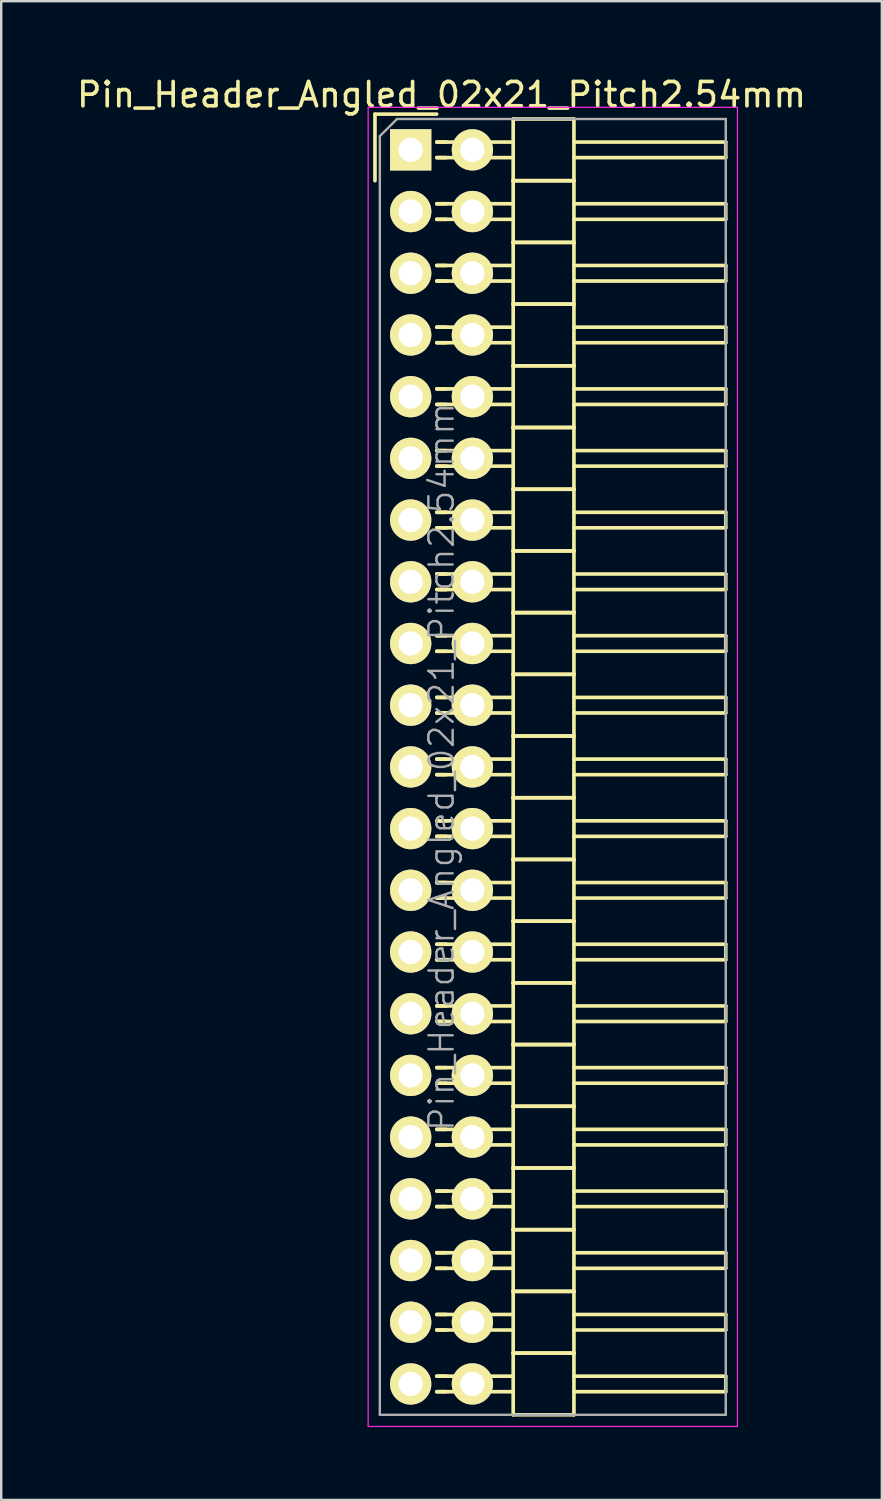
<source format=kicad_pcb>
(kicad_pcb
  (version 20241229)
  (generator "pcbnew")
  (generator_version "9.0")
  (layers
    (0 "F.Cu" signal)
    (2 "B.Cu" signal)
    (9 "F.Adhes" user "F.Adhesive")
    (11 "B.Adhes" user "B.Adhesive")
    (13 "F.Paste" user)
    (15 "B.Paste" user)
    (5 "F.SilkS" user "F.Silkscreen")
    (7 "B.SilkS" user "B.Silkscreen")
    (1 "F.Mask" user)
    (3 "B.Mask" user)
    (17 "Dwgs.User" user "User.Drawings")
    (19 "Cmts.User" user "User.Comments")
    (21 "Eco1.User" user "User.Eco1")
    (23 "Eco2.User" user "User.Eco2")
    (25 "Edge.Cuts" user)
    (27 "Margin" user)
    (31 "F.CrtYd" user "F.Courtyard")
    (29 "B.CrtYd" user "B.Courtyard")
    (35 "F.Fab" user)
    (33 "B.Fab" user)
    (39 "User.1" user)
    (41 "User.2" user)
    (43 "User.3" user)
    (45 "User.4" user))
  (footprint "Pin_Header_Angled_02x21_Pitch2.54mm"
    (layer "F.Cu")
    (at 13.855 3.118)
    (property "Reference" "Pin_Header_Angled_02x21_Pitch2.54mm" (at 1.27 -2.27 0) (layer "F.SilkS") (effects (font (size 1 1) (thickness 0.15))))
    (attr smd)
    (fp_line (start -1.47 -1.47) (end -1.47 1.27) (stroke (width 0.15) (type solid)) (layer "F.SilkS"))
    (fp_line (start -1.47 -1.47) (end 1.07 -1.47) (stroke (width 0.15) (type solid)) (layer "F.SilkS"))
    (fp_line (start 1.465 -0.32) (end 1.075 -0.32) (stroke (width 0.15) (type solid)) (layer "F.SilkS"))
    (fp_line (start 1.465 0.32) (end 1.075 0.32) (stroke (width 0.15) (type solid)) (layer "F.SilkS"))
    (fp_line (start 1.465 2.22) (end 1.075 2.22) (stroke (width 0.15) (type solid)) (layer "F.SilkS"))
    (fp_line (start 1.465 2.86) (end 1.075 2.86) (stroke (width 0.15) (type solid)) (layer "F.SilkS"))
    (fp_line (start 1.465 4.76) (end 1.075 4.76) (stroke (width 0.15) (type solid)) (layer "F.SilkS"))
    (fp_line (start 1.465 5.4) (end 1.075 5.4) (stroke (width 0.15) (type solid)) (layer "F.SilkS"))
    (fp_line (start 1.465 7.3) (end 1.075 7.3) (stroke (width 0.15) (type solid)) (layer "F.SilkS"))
    (fp_line (start 1.465 7.94) (end 1.075 7.94) (stroke (width 0.15) (type solid)) (layer "F.SilkS"))
    (fp_line (start 1.465 9.84) (end 1.075 9.84) (stroke (width 0.15) (type solid)) (layer "F.SilkS"))
    (fp_line (start 1.465 10.48) (end 1.075 10.48) (stroke (width 0.15) (type solid)) (layer "F.SilkS"))
    (fp_line (start 1.465 12.38) (end 1.075 12.38) (stroke (width 0.15) (type solid)) (layer "F.SilkS"))
    (fp_line (start 1.465 13.02) (end 1.075 13.02) (stroke (width 0.15) (type solid)) (layer "F.SilkS"))
    (fp_line (start 1.465 14.92) (end 1.075 14.92) (stroke (width 0.15) (type solid)) (layer "F.SilkS"))
    (fp_line (start 1.465 15.56) (end 1.075 15.56) (stroke (width 0.15) (type solid)) (layer "F.SilkS"))
    (fp_line (start 1.465 17.46) (end 1.075 17.46) (stroke (width 0.15) (type solid)) (layer "F.SilkS"))
    (fp_line (start 1.465 18.1) (end 1.075 18.1) (stroke (width 0.15) (type solid)) (layer "F.SilkS"))
    (fp_line (start 1.465 20) (end 1.075 20) (stroke (width 0.15) (type solid)) (layer "F.SilkS"))
    (fp_line (start 1.465 20.64) (end 1.075 20.64) (stroke (width 0.15) (type solid)) (layer "F.SilkS"))
    (fp_line (start 1.465 22.54) (end 1.075 22.54) (stroke (width 0.15) (type solid)) (layer "F.SilkS"))
    (fp_line (start 1.465 23.18) (end 1.075 23.18) (stroke (width 0.15) (type solid)) (layer "F.SilkS"))
    (fp_line (start 1.465 25.08) (end 1.075 25.08) (stroke (width 0.15) (type solid)) (layer "F.SilkS"))
    (fp_line (start 1.465 25.72) (end 1.075 25.72) (stroke (width 0.15) (type solid)) (layer "F.SilkS"))
    (fp_line (start 1.465 27.62) (end 1.075 27.62) (stroke (width 0.15) (type solid)) (layer "F.SilkS"))
    (fp_line (start 1.465 28.26) (end 1.075 28.26) (stroke (width 0.15) (type solid)) (layer "F.SilkS"))
    (fp_line (start 1.465 30.16) (end 1.075 30.16) (stroke (width 0.15) (type solid)) (layer "F.SilkS"))
    (fp_line (start 1.465 30.8) (end 1.075 30.8) (stroke (width 0.15) (type solid)) (layer "F.SilkS"))
    (fp_line (start 1.465 32.7) (end 1.075 32.7) (stroke (width 0.15) (type solid)) (layer "F.SilkS"))
    (fp_line (start 1.465 33.34) (end 1.075 33.34) (stroke (width 0.15) (type solid)) (layer "F.SilkS"))
    (fp_line (start 1.465 35.24) (end 1.075 35.24) (stroke (width 0.15) (type solid)) (layer "F.SilkS"))
    (fp_line (start 1.465 35.88) (end 1.075 35.88) (stroke (width 0.15) (type solid)) (layer "F.SilkS"))
    (fp_line (start 1.465 37.78) (end 1.075 37.78) (stroke (width 0.15) (type solid)) (layer "F.SilkS"))
    (fp_line (start 1.465 38.42) (end 1.075 38.42) (stroke (width 0.15) (type solid)) (layer "F.SilkS"))
    (fp_line (start 1.465 40.32) (end 1.075 40.32) (stroke (width 0.15) (type solid)) (layer "F.SilkS"))
    (fp_line (start 1.465 40.96) (end 1.075 40.96) (stroke (width 0.15) (type solid)) (layer "F.SilkS"))
    (fp_line (start 1.465 42.86) (end 1.075 42.86) (stroke (width 0.15) (type solid)) (layer "F.SilkS"))
    (fp_line (start 1.465 43.5) (end 1.075 43.5) (stroke (width 0.15) (type solid)) (layer "F.SilkS"))
    (fp_line (start 1.465 45.4) (end 1.075 45.4) (stroke (width 0.15) (type solid)) (layer "F.SilkS"))
    (fp_line (start 1.465 46.04) (end 1.075 46.04) (stroke (width 0.15) (type solid)) (layer "F.SilkS"))
    (fp_line (start 1.465 47.94) (end 1.075 47.94) (stroke (width 0.15) (type solid)) (layer "F.SilkS"))
    (fp_line (start 1.465 48.58) (end 1.075 48.58) (stroke (width 0.15) (type solid)) (layer "F.SilkS"))
    (fp_line (start 1.465 50.48) (end 1.075 50.48) (stroke (width 0.15) (type solid)) (layer "F.SilkS"))
    (fp_line (start 1.465 51.12) (end 1.075 51.12) (stroke (width 0.15) (type solid)) (layer "F.SilkS"))
    (fp_line (start 4.22 -0.32) (end 1.075 -0.32) (stroke (width 0.15) (type solid)) (layer "F.SilkS"))
    (fp_line (start 4.22 0.32) (end 1.075 0.32) (stroke (width 0.15) (type solid)) (layer "F.SilkS"))
    (fp_line (start 4.22 1.27) (end 4.22 -1.27) (stroke (width 0.15) (type solid)) (layer "F.SilkS"))
    (fp_line (start 4.22 2.22) (end 1.075 2.22) (stroke (width 0.15) (type solid)) (layer "F.SilkS"))
    (fp_line (start 4.22 2.86) (end 1.075 2.86) (stroke (width 0.15) (type solid)) (layer "F.SilkS"))
    (fp_line (start 4.22 3.81) (end 4.22 1.27) (stroke (width 0.15) (type solid)) (layer "F.SilkS"))
    (fp_line (start 4.22 4.76) (end 1.075 4.76) (stroke (width 0.15) (type solid)) (layer "F.SilkS"))
    (fp_line (start 4.22 5.4) (end 1.075 5.4) (stroke (width 0.15) (type solid)) (layer "F.SilkS"))
    (fp_line (start 4.22 6.35) (end 4.22 3.81) (stroke (width 0.15) (type solid)) (layer "F.SilkS"))
    (fp_line (start 4.22 7.3) (end 1.075 7.3) (stroke (width 0.15) (type solid)) (layer "F.SilkS"))
    (fp_line (start 4.22 7.94) (end 1.075 7.94) (stroke (width 0.15) (type solid)) (layer "F.SilkS"))
    (fp_line (start 4.22 8.89) (end 4.22 6.35) (stroke (width 0.15) (type solid)) (layer "F.SilkS"))
    (fp_line (start 4.22 9.84) (end 1.075 9.84) (stroke (width 0.15) (type solid)) (layer "F.SilkS"))
    (fp_line (start 4.22 10.48) (end 1.075 10.48) (stroke (width 0.15) (type solid)) (layer "F.SilkS"))
    (fp_line (start 4.22 11.43) (end 4.22 8.89) (stroke (width 0.15) (type solid)) (layer "F.SilkS"))
    (fp_line (start 4.22 12.38) (end 1.075 12.38) (stroke (width 0.15) (type solid)) (layer "F.SilkS"))
    (fp_line (start 4.22 13.02) (end 1.075 13.02) (stroke (width 0.15) (type solid)) (layer "F.SilkS"))
    (fp_line (start 4.22 13.97) (end 4.22 11.43) (stroke (width 0.15) (type solid)) (layer "F.SilkS"))
    (fp_line (start 4.22 14.92) (end 1.075 14.92) (stroke (width 0.15) (type solid)) (layer "F.SilkS"))
    (fp_line (start 4.22 15.56) (end 1.075 15.56) (stroke (width 0.15) (type solid)) (layer "F.SilkS"))
    (fp_line (start 4.22 16.51) (end 4.22 13.97) (stroke (width 0.15) (type solid)) (layer "F.SilkS"))
    (fp_line (start 4.22 17.46) (end 1.075 17.46) (stroke (width 0.15) (type solid)) (layer "F.SilkS"))
    (fp_line (start 4.22 18.1) (end 1.075 18.1) (stroke (width 0.15) (type solid)) (layer "F.SilkS"))
    (fp_line (start 4.22 19.05) (end 4.22 16.51) (stroke (width 0.15) (type solid)) (layer "F.SilkS"))
    (fp_line (start 4.22 20) (end 1.075 20) (stroke (width 0.15) (type solid)) (layer "F.SilkS"))
    (fp_line (start 4.22 20.64) (end 1.075 20.64) (stroke (width 0.15) (type solid)) (layer "F.SilkS"))
    (fp_line (start 4.22 21.59) (end 4.22 19.05) (stroke (width 0.15) (type solid)) (layer "F.SilkS"))
    (fp_line (start 4.22 22.54) (end 1.075 22.54) (stroke (width 0.15) (type solid)) (layer "F.SilkS"))
    (fp_line (start 4.22 23.18) (end 1.075 23.18) (stroke (width 0.15) (type solid)) (layer "F.SilkS"))
    (fp_line (start 4.22 24.13) (end 4.22 21.59) (stroke (width 0.15) (type solid)) (layer "F.SilkS"))
    (fp_line (start 4.22 25.08) (end 1.075 25.08) (stroke (width 0.15) (type solid)) (layer "F.SilkS"))
    (fp_line (start 4.22 25.72) (end 1.075 25.72) (stroke (width 0.15) (type solid)) (layer "F.SilkS"))
    (fp_line (start 4.22 26.67) (end 4.22 24.13) (stroke (width 0.15) (type solid)) (layer "F.SilkS"))
    (fp_line (start 4.22 27.62) (end 1.075 27.62) (stroke (width 0.15) (type solid)) (layer "F.SilkS"))
    (fp_line (start 4.22 28.26) (end 1.075 28.26) (stroke (width 0.15) (type solid)) (layer "F.SilkS"))
    (fp_line (start 4.22 29.21) (end 4.22 26.67) (stroke (width 0.15) (type solid)) (layer "F.SilkS"))
    (fp_line (start 4.22 30.16) (end 1.075 30.16) (stroke (width 0.15) (type solid)) (layer "F.SilkS"))
    (fp_line (start 4.22 30.8) (end 1.075 30.8) (stroke (width 0.15) (type solid)) (layer "F.SilkS"))
    (fp_line (start 4.22 31.75) (end 4.22 29.21) (stroke (width 0.15) (type solid)) (layer "F.SilkS"))
    (fp_line (start 4.22 32.7) (end 1.075 32.7) (stroke (width 0.15) (type solid)) (layer "F.SilkS"))
    (fp_line (start 4.22 33.34) (end 1.075 33.34) (stroke (width 0.15) (type solid)) (layer "F.SilkS"))
    (fp_line (start 4.22 34.29) (end 4.22 31.75) (stroke (width 0.15) (type solid)) (layer "F.SilkS"))
    (fp_line (start 4.22 35.24) (end 1.075 35.24) (stroke (width 0.15) (type solid)) (layer "F.SilkS"))
    (fp_line (start 4.22 35.88) (end 1.075 35.88) (stroke (width 0.15) (type solid)) (layer "F.SilkS"))
    (fp_line (start 4.22 36.83) (end 4.22 34.29) (stroke (width 0.15) (type solid)) (layer "F.SilkS"))
    (fp_line (start 4.22 37.78) (end 1.075 37.78) (stroke (width 0.15) (type solid)) (layer "F.SilkS"))
    (fp_line (start 4.22 38.42) (end 1.075 38.42) (stroke (width 0.15) (type solid)) (layer "F.SilkS"))
    (fp_line (start 4.22 39.37) (end 4.22 36.83) (stroke (width 0.15) (type solid)) (layer "F.SilkS"))
    (fp_line (start 4.22 40.32) (end 1.075 40.32) (stroke (width 0.15) (type solid)) (layer "F.SilkS"))
    (fp_line (start 4.22 40.96) (end 1.075 40.96) (stroke (width 0.15) (type solid)) (layer "F.SilkS"))
    (fp_line (start 4.22 41.91) (end 4.22 39.37) (stroke (width 0.15) (type solid)) (layer "F.SilkS"))
    (fp_line (start 4.22 42.86) (end 1.075 42.86) (stroke (width 0.15) (type solid)) (layer "F.SilkS"))
    (fp_line (start 4.22 43.5) (end 1.075 43.5) (stroke (width 0.15) (type solid)) (layer "F.SilkS"))
    (fp_line (start 4.22 44.45) (end 4.22 41.91) (stroke (width 0.15) (type solid)) (layer "F.SilkS"))
    (fp_line (start 4.22 45.4) (end 1.075 45.4) (stroke (width 0.15) (type solid)) (layer "F.SilkS"))
    (fp_line (start 4.22 46.04) (end 1.075 46.04) (stroke (width 0.15) (type solid)) (layer "F.SilkS"))
    (fp_line (start 4.22 46.99) (end 4.22 44.45) (stroke (width 0.15) (type solid)) (layer "F.SilkS"))
    (fp_line (start 4.22 47.94) (end 1.075 47.94) (stroke (width 0.15) (type solid)) (layer "F.SilkS"))
    (fp_line (start 4.22 48.58) (end 1.075 48.58) (stroke (width 0.15) (type solid)) (layer "F.SilkS"))
    (fp_line (start 4.22 49.53) (end 4.22 46.99) (stroke (width 0.15) (type solid)) (layer "F.SilkS"))
    (fp_line (start 4.22 50.48) (end 1.075 50.48) (stroke (width 0.15) (type solid)) (layer "F.SilkS"))
    (fp_line (start 4.22 51.12) (end 1.075 51.12) (stroke (width 0.15) (type solid)) (layer "F.SilkS"))
    (fp_line (start 4.22 52.07) (end 4.22 49.53) (stroke (width 0.15) (type solid)) (layer "F.SilkS"))
    (fp_line (start 6.72 -1.27) (end 4.22 -1.27) (stroke (width 0.15) (type solid)) (layer "F.SilkS"))
    (fp_line (start 6.72 -0.32) (end 12.97 -0.32) (stroke (width 0.15) (type solid)) (layer "F.SilkS"))
    (fp_line (start 6.72 0.32) (end 12.97 0.32) (stroke (width 0.15) (type solid)) (layer "F.SilkS"))
    (fp_line (start 6.72 1.27) (end 4.22 1.27) (stroke (width 0.15) (type solid)) (layer "F.SilkS"))
    (fp_line (start 6.72 1.27) (end 4.22 1.27) (stroke (width 0.15) (type solid)) (layer "F.SilkS"))
    (fp_line (start 6.72 1.27) (end 6.72 -1.27) (stroke (width 0.15) (type solid)) (layer "F.SilkS"))
    (fp_line (start 6.72 2.22) (end 12.97 2.22) (stroke (width 0.15) (type solid)) (layer "F.SilkS"))
    (fp_line (start 6.72 2.86) (end 12.97 2.86) (stroke (width 0.15) (type solid)) (layer "F.SilkS"))
    (fp_line (start 6.72 3.81) (end 4.22 3.81) (stroke (width 0.15) (type solid)) (layer "F.SilkS"))
    (fp_line (start 6.72 3.81) (end 4.22 3.81) (stroke (width 0.15) (type solid)) (layer "F.SilkS"))
    (fp_line (start 6.72 3.81) (end 6.72 1.27) (stroke (width 0.15) (type solid)) (layer "F.SilkS"))
    (fp_line (start 6.72 4.76) (end 12.97 4.76) (stroke (width 0.15) (type solid)) (layer "F.SilkS"))
    (fp_line (start 6.72 5.4) (end 12.97 5.4) (stroke (width 0.15) (type solid)) (layer "F.SilkS"))
    (fp_line (start 6.72 6.35) (end 4.22 6.35) (stroke (width 0.15) (type solid)) (layer "F.SilkS"))
    (fp_line (start 6.72 6.35) (end 4.22 6.35) (stroke (width 0.15) (type solid)) (layer "F.SilkS"))
    (fp_line (start 6.72 6.35) (end 6.72 3.81) (stroke (width 0.15) (type solid)) (layer "F.SilkS"))
    (fp_line (start 6.72 7.3) (end 12.97 7.3) (stroke (width 0.15) (type solid)) (layer "F.SilkS"))
    (fp_line (start 6.72 7.94) (end 12.97 7.94) (stroke (width 0.15) (type solid)) (layer "F.SilkS"))
    (fp_line (start 6.72 8.89) (end 4.22 8.89) (stroke (width 0.15) (type solid)) (layer "F.SilkS"))
    (fp_line (start 6.72 8.89) (end 4.22 8.89) (stroke (width 0.15) (type solid)) (layer "F.SilkS"))
    (fp_line (start 6.72 8.89) (end 6.72 6.35) (stroke (width 0.15) (type solid)) (layer "F.SilkS"))
    (fp_line (start 6.72 9.84) (end 12.97 9.84) (stroke (width 0.15) (type solid)) (layer "F.SilkS"))
    (fp_line (start 6.72 10.48) (end 12.97 10.48) (stroke (width 0.15) (type solid)) (layer "F.SilkS"))
    (fp_line (start 6.72 11.43) (end 4.22 11.43) (stroke (width 0.15) (type solid)) (layer "F.SilkS"))
    (fp_line (start 6.72 11.43) (end 4.22 11.43) (stroke (width 0.15) (type solid)) (layer "F.SilkS"))
    (fp_line (start 6.72 11.43) (end 6.72 8.89) (stroke (width 0.15) (type solid)) (layer "F.SilkS"))
    (fp_line (start 6.72 12.38) (end 12.97 12.38) (stroke (width 0.15) (type solid)) (layer "F.SilkS"))
    (fp_line (start 6.72 13.02) (end 12.97 13.02) (stroke (width 0.15) (type solid)) (layer "F.SilkS"))
    (fp_line (start 6.72 13.97) (end 4.22 13.97) (stroke (width 0.15) (type solid)) (layer "F.SilkS"))
    (fp_line (start 6.72 13.97) (end 4.22 13.97) (stroke (width 0.15) (type solid)) (layer "F.SilkS"))
    (fp_line (start 6.72 13.97) (end 6.72 11.43) (stroke (width 0.15) (type solid)) (layer "F.SilkS"))
    (fp_line (start 6.72 14.92) (end 12.97 14.92) (stroke (width 0.15) (type solid)) (layer "F.SilkS"))
    (fp_line (start 6.72 15.56) (end 12.97 15.56) (stroke (width 0.15) (type solid)) (layer "F.SilkS"))
    (fp_line (start 6.72 16.51) (end 4.22 16.51) (stroke (width 0.15) (type solid)) (layer "F.SilkS"))
    (fp_line (start 6.72 16.51) (end 4.22 16.51) (stroke (width 0.15) (type solid)) (layer "F.SilkS"))
    (fp_line (start 6.72 16.51) (end 6.72 13.97) (stroke (width 0.15) (type solid)) (layer "F.SilkS"))
    (fp_line (start 6.72 17.46) (end 12.97 17.46) (stroke (width 0.15) (type solid)) (layer "F.SilkS"))
    (fp_line (start 6.72 18.1) (end 12.97 18.1) (stroke (width 0.15) (type solid)) (layer "F.SilkS"))
    (fp_line (start 6.72 19.05) (end 4.22 19.05) (stroke (width 0.15) (type solid)) (layer "F.SilkS"))
    (fp_line (start 6.72 19.05) (end 4.22 19.05) (stroke (width 0.15) (type solid)) (layer "F.SilkS"))
    (fp_line (start 6.72 19.05) (end 6.72 16.51) (stroke (width 0.15) (type solid)) (layer "F.SilkS"))
    (fp_line (start 6.72 20) (end 12.97 20) (stroke (width 0.15) (type solid)) (layer "F.SilkS"))
    (fp_line (start 6.72 20.64) (end 12.97 20.64) (stroke (width 0.15) (type solid)) (layer "F.SilkS"))
    (fp_line (start 6.72 21.59) (end 4.22 21.59) (stroke (width 0.15) (type solid)) (layer "F.SilkS"))
    (fp_line (start 6.72 21.59) (end 4.22 21.59) (stroke (width 0.15) (type solid)) (layer "F.SilkS"))
    (fp_line (start 6.72 21.59) (end 6.72 19.05) (stroke (width 0.15) (type solid)) (layer "F.SilkS"))
    (fp_line (start 6.72 22.54) (end 12.97 22.54) (stroke (width 0.15) (type solid)) (layer "F.SilkS"))
    (fp_line (start 6.72 23.18) (end 12.97 23.18) (stroke (width 0.15) (type solid)) (layer "F.SilkS"))
    (fp_line (start 6.72 24.13) (end 4.22 24.13) (stroke (width 0.15) (type solid)) (layer "F.SilkS"))
    (fp_line (start 6.72 24.13) (end 4.22 24.13) (stroke (width 0.15) (type solid)) (layer "F.SilkS"))
    (fp_line (start 6.72 24.13) (end 6.72 21.59) (stroke (width 0.15) (type solid)) (layer "F.SilkS"))
    (fp_line (start 6.72 25.08) (end 12.97 25.08) (stroke (width 0.15) (type solid)) (layer "F.SilkS"))
    (fp_line (start 6.72 25.72) (end 12.97 25.72) (stroke (width 0.15) (type solid)) (layer "F.SilkS"))
    (fp_line (start 6.72 26.67) (end 4.22 26.67) (stroke (width 0.15) (type solid)) (layer "F.SilkS"))
    (fp_line (start 6.72 26.67) (end 4.22 26.67) (stroke (width 0.15) (type solid)) (layer "F.SilkS"))
    (fp_line (start 6.72 26.67) (end 6.72 24.13) (stroke (width 0.15) (type solid)) (layer "F.SilkS"))
    (fp_line (start 6.72 27.62) (end 12.97 27.62) (stroke (width 0.15) (type solid)) (layer "F.SilkS"))
    (fp_line (start 6.72 28.26) (end 12.97 28.26) (stroke (width 0.15) (type solid)) (layer "F.SilkS"))
    (fp_line (start 6.72 29.21) (end 4.22 29.21) (stroke (width 0.15) (type solid)) (layer "F.SilkS"))
    (fp_line (start 6.72 29.21) (end 4.22 29.21) (stroke (width 0.15) (type solid)) (layer "F.SilkS"))
    (fp_line (start 6.72 29.21) (end 6.72 26.67) (stroke (width 0.15) (type solid)) (layer "F.SilkS"))
    (fp_line (start 6.72 30.16) (end 12.97 30.16) (stroke (width 0.15) (type solid)) (layer "F.SilkS"))
    (fp_line (start 6.72 30.8) (end 12.97 30.8) (stroke (width 0.15) (type solid)) (layer "F.SilkS"))
    (fp_line (start 6.72 31.75) (end 4.22 31.75) (stroke (width 0.15) (type solid)) (layer "F.SilkS"))
    (fp_line (start 6.72 31.75) (end 4.22 31.75) (stroke (width 0.15) (type solid)) (layer "F.SilkS"))
    (fp_line (start 6.72 31.75) (end 6.72 29.21) (stroke (width 0.15) (type solid)) (layer "F.SilkS"))
    (fp_line (start 6.72 32.7) (end 12.97 32.7) (stroke (width 0.15) (type solid)) (layer "F.SilkS"))
    (fp_line (start 6.72 33.34) (end 12.97 33.34) (stroke (width 0.15) (type solid)) (layer "F.SilkS"))
    (fp_line (start 6.72 34.29) (end 4.22 34.29) (stroke (width 0.15) (type solid)) (layer "F.SilkS"))
    (fp_line (start 6.72 34.29) (end 4.22 34.29) (stroke (width 0.15) (type solid)) (layer "F.SilkS"))
    (fp_line (start 6.72 34.29) (end 6.72 31.75) (stroke (width 0.15) (type solid)) (layer "F.SilkS"))
    (fp_line (start 6.72 35.24) (end 12.97 35.24) (stroke (width 0.15) (type solid)) (layer "F.SilkS"))
    (fp_line (start 6.72 35.88) (end 12.97 35.88) (stroke (width 0.15) (type solid)) (layer "F.SilkS"))
    (fp_line (start 6.72 36.83) (end 4.22 36.83) (stroke (width 0.15) (type solid)) (layer "F.SilkS"))
    (fp_line (start 6.72 36.83) (end 4.22 36.83) (stroke (width 0.15) (type solid)) (layer "F.SilkS"))
    (fp_line (start 6.72 36.83) (end 6.72 34.29) (stroke (width 0.15) (type solid)) (layer "F.SilkS"))
    (fp_line (start 6.72 37.78) (end 12.97 37.78) (stroke (width 0.15) (type solid)) (layer "F.SilkS"))
    (fp_line (start 6.72 38.42) (end 12.97 38.42) (stroke (width 0.15) (type solid)) (layer "F.SilkS"))
    (fp_line (start 6.72 39.37) (end 4.22 39.37) (stroke (width 0.15) (type solid)) (layer "F.SilkS"))
    (fp_line (start 6.72 39.37) (end 4.22 39.37) (stroke (width 0.15) (type solid)) (layer "F.SilkS"))
    (fp_line (start 6.72 39.37) (end 6.72 36.83) (stroke (width 0.15) (type solid)) (layer "F.SilkS"))
    (fp_line (start 6.72 40.32) (end 12.97 40.32) (stroke (width 0.15) (type solid)) (layer "F.SilkS"))
    (fp_line (start 6.72 40.96) (end 12.97 40.96) (stroke (width 0.15) (type solid)) (layer "F.SilkS"))
    (fp_line (start 6.72 41.91) (end 4.22 41.91) (stroke (width 0.15) (type solid)) (layer "F.SilkS"))
    (fp_line (start 6.72 41.91) (end 4.22 41.91) (stroke (width 0.15) (type solid)) (layer "F.SilkS"))
    (fp_line (start 6.72 41.91) (end 6.72 39.37) (stroke (width 0.15) (type solid)) (layer "F.SilkS"))
    (fp_line (start 6.72 42.86) (end 12.97 42.86) (stroke (width 0.15) (type solid)) (layer "F.SilkS"))
    (fp_line (start 6.72 43.5) (end 12.97 43.5) (stroke (width 0.15) (type solid)) (layer "F.SilkS"))
    (fp_line (start 6.72 44.45) (end 4.22 44.45) (stroke (width 0.15) (type solid)) (layer "F.SilkS"))
    (fp_line (start 6.72 44.45) (end 4.22 44.45) (stroke (width 0.15) (type solid)) (layer "F.SilkS"))
    (fp_line (start 6.72 44.45) (end 6.72 41.91) (stroke (width 0.15) (type solid)) (layer "F.SilkS"))
    (fp_line (start 6.72 45.4) (end 12.97 45.4) (stroke (width 0.15) (type solid)) (layer "F.SilkS"))
    (fp_line (start 6.72 46.04) (end 12.97 46.04) (stroke (width 0.15) (type solid)) (layer "F.SilkS"))
    (fp_line (start 6.72 46.99) (end 4.22 46.99) (stroke (width 0.15) (type solid)) (layer "F.SilkS"))
    (fp_line (start 6.72 46.99) (end 4.22 46.99) (stroke (width 0.15) (type solid)) (layer "F.SilkS"))
    (fp_line (start 6.72 46.99) (end 6.72 44.45) (stroke (width 0.15) (type solid)) (layer "F.SilkS"))
    (fp_line (start 6.72 47.94) (end 12.97 47.94) (stroke (width 0.15) (type solid)) (layer "F.SilkS"))
    (fp_line (start 6.72 48.58) (end 12.97 48.58) (stroke (width 0.15) (type solid)) (layer "F.SilkS"))
    (fp_line (start 6.72 49.53) (end 4.22 49.53) (stroke (width 0.15) (type solid)) (layer "F.SilkS"))
    (fp_line (start 6.72 49.53) (end 4.22 49.53) (stroke (width 0.15) (type solid)) (layer "F.SilkS"))
    (fp_line (start 6.72 49.53) (end 6.72 46.99) (stroke (width 0.15) (type solid)) (layer "F.SilkS"))
    (fp_line (start 6.72 50.48) (end 12.97 50.48) (stroke (width 0.15) (type solid)) (layer "F.SilkS"))
    (fp_line (start 6.72 51.12) (end 12.97 51.12) (stroke (width 0.15) (type solid)) (layer "F.SilkS"))
    (fp_line (start 6.72 52.07) (end 4.22 52.07) (stroke (width 0.15) (type solid)) (layer "F.SilkS"))
    (fp_line (start 6.72 52.07) (end 6.72 49.53) (stroke (width 0.15) (type solid)) (layer "F.SilkS"))
    (fp_line (start 12.97 0.32) (end 12.97 -0.32) (stroke (width 0.15) (type solid)) (layer "F.SilkS"))
    (fp_line (start 12.97 2.86) (end 12.97 2.22) (stroke (width 0.15) (type solid)) (layer "F.SilkS"))
    (fp_line (start 12.97 5.4) (end 12.97 4.76) (stroke (width 0.15) (type solid)) (layer "F.SilkS"))
    (fp_line (start 12.97 7.94) (end 12.97 7.3) (stroke (width 0.15) (type solid)) (layer "F.SilkS"))
    (fp_line (start 12.97 10.48) (end 12.97 9.84) (stroke (width 0.15) (type solid)) (layer "F.SilkS"))
    (fp_line (start 12.97 13.02) (end 12.97 12.38) (stroke (width 0.15) (type solid)) (layer "F.SilkS"))
    (fp_line (start 12.97 15.56) (end 12.97 14.92) (stroke (width 0.15) (type solid)) (layer "F.SilkS"))
    (fp_line (start 12.97 18.1) (end 12.97 17.46) (stroke (width 0.15) (type solid)) (layer "F.SilkS"))
    (fp_line (start 12.97 20.64) (end 12.97 20) (stroke (width 0.15) (type solid)) (layer "F.SilkS"))
    (fp_line (start 12.97 23.18) (end 12.97 22.54) (stroke (width 0.15) (type solid)) (layer "F.SilkS"))
    (fp_line (start 12.97 25.72) (end 12.97 25.08) (stroke (width 0.15) (type solid)) (layer "F.SilkS"))
    (fp_line (start 12.97 28.26) (end 12.97 27.62) (stroke (width 0.15) (type solid)) (layer "F.SilkS"))
    (fp_line (start 12.97 30.8) (end 12.97 30.16) (stroke (width 0.15) (type solid)) (layer "F.SilkS"))
    (fp_line (start 12.97 33.34) (end 12.97 32.7) (stroke (width 0.15) (type solid)) (layer "F.SilkS"))
    (fp_line (start 12.97 35.88) (end 12.97 35.24) (stroke (width 0.15) (type solid)) (layer "F.SilkS"))
    (fp_line (start 12.97 38.42) (end 12.97 37.78) (stroke (width 0.15) (type solid)) (layer "F.SilkS"))
    (fp_line (start 12.97 40.96) (end 12.97 40.32) (stroke (width 0.15) (type solid)) (layer "F.SilkS"))
    (fp_line (start 12.97 43.5) (end 12.97 42.86) (stroke (width 0.15) (type solid)) (layer "F.SilkS"))
    (fp_line (start 12.97 46.04) (end 12.97 45.4) (stroke (width 0.15) (type solid)) (layer "F.SilkS"))
    (fp_line (start 12.97 48.58) (end 12.97 47.94) (stroke (width 0.15) (type solid)) (layer "F.SilkS"))
    (fp_line (start 12.97 51.12) (end 12.97 50.48) (stroke (width 0.15) (type solid)) (layer "F.SilkS"))
    (fp_line (start -1.75 -1.75) (end -1.75 52.55) (stroke (width 0.05) (type solid)) (layer "F.CrtYd"))
    (fp_line (start 13.45 -1.75) (end -1.75 -1.75) (stroke (width 0.05) (type solid)) (layer "F.CrtYd"))
    (fp_line (start 13.45 -1.75) (end 13.45 52.55) (stroke (width 0.05) (type solid)) (layer "F.CrtYd"))
    (fp_line (start 13.45 52.55) (end -1.75 52.55) (stroke (width 0.05) (type solid)) (layer "F.CrtYd"))
    (fp_line (start -1.27 -0.563) (end -0.563 -1.27) (stroke (width 0.1) (type solid)) (layer "F.Fab"))
    (fp_line (start -1.27 52.07) (end -1.27 -0.563) (stroke (width 0.1) (type solid)) (layer "F.Fab"))
    (fp_line (start 12.97 -1.27) (end -0.563 -1.27) (stroke (width 0.1) (type solid)) (layer "F.Fab"))
    (fp_line (start 12.97 52.07) (end -1.27 52.07) (stroke (width 0.1) (type solid)) (layer "F.Fab"))
    (fp_line (start 12.97 52.07) (end 12.97 -1.27) (stroke (width 0.1) (type solid)) (layer "F.Fab"))
    (fp_text user "${REFERENCE}" (at 1.27 25.4 90) (layer "F.Fab") (effects (font (size 1 1) (thickness 0.1))))
    (pad "1" thru_hole rect (at 0 0) (size 1.7 1.7) (drill 1) (layers "*.Cu" "*.Mask" "F.SilkS"))
    (pad "2" thru_hole oval (at 2.54 0) (size 1.7 1.7) (drill 1) (layers "*.Cu" "*.Mask" "F.SilkS"))
    (pad "3" thru_hole oval (at 0 2.54) (size 1.7 1.7) (drill 1) (layers "*.Cu" "*.Mask" "F.SilkS"))
    (pad "4" thru_hole oval (at 2.54 2.54) (size 1.7 1.7) (drill 1) (layers "*.Cu" "*.Mask" "F.SilkS"))
    (pad "5" thru_hole oval (at 0 5.08) (size 1.7 1.7) (drill 1) (layers "*.Cu" "*.Mask" "F.SilkS"))
    (pad "6" thru_hole oval (at 2.54 5.08) (size 1.7 1.7) (drill 1) (layers "*.Cu" "*.Mask" "F.SilkS"))
    (pad "7" thru_hole oval (at 0 7.62) (size 1.7 1.7) (drill 1) (layers "*.Cu" "*.Mask" "F.SilkS"))
    (pad "8" thru_hole oval (at 2.54 7.62) (size 1.7 1.7) (drill 1) (layers "*.Cu" "*.Mask" "F.SilkS"))
    (pad "9" thru_hole oval (at 0 10.16) (size 1.7 1.7) (drill 1) (layers "*.Cu" "*.Mask" "F.SilkS"))
    (pad "10" thru_hole oval (at 2.54 10.16) (size 1.7 1.7) (drill 1) (layers "*.Cu" "*.Mask" "F.SilkS"))
    (pad "11" thru_hole oval (at 0 12.7) (size 1.7 1.7) (drill 1) (layers "*.Cu" "*.Mask" "F.SilkS"))
    (pad "12" thru_hole oval (at 2.54 12.7) (size 1.7 1.7) (drill 1) (layers "*.Cu" "*.Mask" "F.SilkS"))
    (pad "13" thru_hole oval (at 0 15.24) (size 1.7 1.7) (drill 1) (layers "*.Cu" "*.Mask" "F.SilkS"))
    (pad "14" thru_hole oval (at 2.54 15.24) (size 1.7 1.7) (drill 1) (layers "*.Cu" "*.Mask" "F.SilkS"))
    (pad "15" thru_hole oval (at 0 17.78) (size 1.7 1.7) (drill 1) (layers "*.Cu" "*.Mask" "F.SilkS"))
    (pad "16" thru_hole oval (at 2.54 17.78) (size 1.7 1.7) (drill 1) (layers "*.Cu" "*.Mask" "F.SilkS"))
    (pad "17" thru_hole oval (at 0 20.32) (size 1.7 1.7) (drill 1) (layers "*.Cu" "*.Mask" "F.SilkS"))
    (pad "18" thru_hole oval (at 2.54 20.32) (size 1.7 1.7) (drill 1) (layers "*.Cu" "*.Mask" "F.SilkS"))
    (pad "19" thru_hole oval (at 0 22.86) (size 1.7 1.7) (drill 1) (layers "*.Cu" "*.Mask" "F.SilkS"))
    (pad "20" thru_hole oval (at 2.54 22.86) (size 1.7 1.7) (drill 1) (layers "*.Cu" "*.Mask" "F.SilkS"))
    (pad "21" thru_hole oval (at 0 25.4) (size 1.7 1.7) (drill 1) (layers "*.Cu" "*.Mask" "F.SilkS"))
    (pad "22" thru_hole oval (at 2.54 25.4) (size 1.7 1.7) (drill 1) (layers "*.Cu" "*.Mask" "F.SilkS"))
    (pad "23" thru_hole oval (at 0 27.94) (size 1.7 1.7) (drill 1) (layers "*.Cu" "*.Mask" "F.SilkS"))
    (pad "24" thru_hole oval (at 2.54 27.94) (size 1.7 1.7) (drill 1) (layers "*.Cu" "*.Mask" "F.SilkS"))
    (pad "25" thru_hole oval (at 0 30.48) (size 1.7 1.7) (drill 1) (layers "*.Cu" "*.Mask" "F.SilkS"))
    (pad "26" thru_hole oval (at 2.54 30.48) (size 1.7 1.7) (drill 1) (layers "*.Cu" "*.Mask" "F.SilkS"))
    (pad "27" thru_hole oval (at 0 33.02) (size 1.7 1.7) (drill 1) (layers "*.Cu" "*.Mask" "F.SilkS"))
    (pad "28" thru_hole oval (at 2.54 33.02) (size 1.7 1.7) (drill 1) (layers "*.Cu" "*.Mask" "F.SilkS"))
    (pad "29" thru_hole oval (at 0 35.56) (size 1.7 1.7) (drill 1) (layers "*.Cu" "*.Mask" "F.SilkS"))
    (pad "30" thru_hole oval (at 2.54 35.56) (size 1.7 1.7) (drill 1) (layers "*.Cu" "*.Mask" "F.SilkS"))
    (pad "31" thru_hole oval (at 0 38.1) (size 1.7 1.7) (drill 1) (layers "*.Cu" "*.Mask" "F.SilkS"))
    (pad "32" thru_hole oval (at 2.54 38.1) (size 1.7 1.7) (drill 1) (layers "*.Cu" "*.Mask" "F.SilkS"))
    (pad "33" thru_hole oval (at 0 40.64) (size 1.7 1.7) (drill 1) (layers "*.Cu" "*.Mask" "F.SilkS"))
    (pad "34" thru_hole oval (at 2.54 40.64) (size 1.7 1.7) (drill 1) (layers "*.Cu" "*.Mask" "F.SilkS"))
    (pad "35" thru_hole oval (at 0 43.18) (size 1.7 1.7) (drill 1) (layers "*.Cu" "*.Mask" "F.SilkS"))
    (pad "36" thru_hole oval (at 2.54 43.18) (size 1.7 1.7) (drill 1) (layers "*.Cu" "*.Mask" "F.SilkS"))
    (pad "37" thru_hole oval (at 0 45.72) (size 1.7 1.7) (drill 1) (layers "*.Cu" "*.Mask" "F.SilkS"))
    (pad "38" thru_hole oval (at 2.54 45.72) (size 1.7 1.7) (drill 1) (layers "*.Cu" "*.Mask" "F.SilkS"))
    (pad "39" thru_hole oval (at 0 48.26) (size 1.7 1.7) (drill 1) (layers "*.Cu" "*.Mask" "F.SilkS"))
    (pad "40" thru_hole oval (at 2.54 48.26) (size 1.7 1.7) (drill 1) (layers "*.Cu" "*.Mask" "F.SilkS"))
    (pad "41" thru_hole oval (at 0 50.8) (size 1.7 1.7) (drill 1) (layers "*.Cu" "*.Mask" "F.SilkS"))
    (pad "42" thru_hole oval (at 2.54 50.8) (size 1.7 1.7) (drill 1) (layers "*.Cu" "*.Mask" "F.SilkS")))
  (gr_rect
    (start -3 -3)
    (end 33.25 58.693)
    (stroke (width 0.1) (type default))
    (fill no)
    (layer "Edge.Cuts")))
</source>
